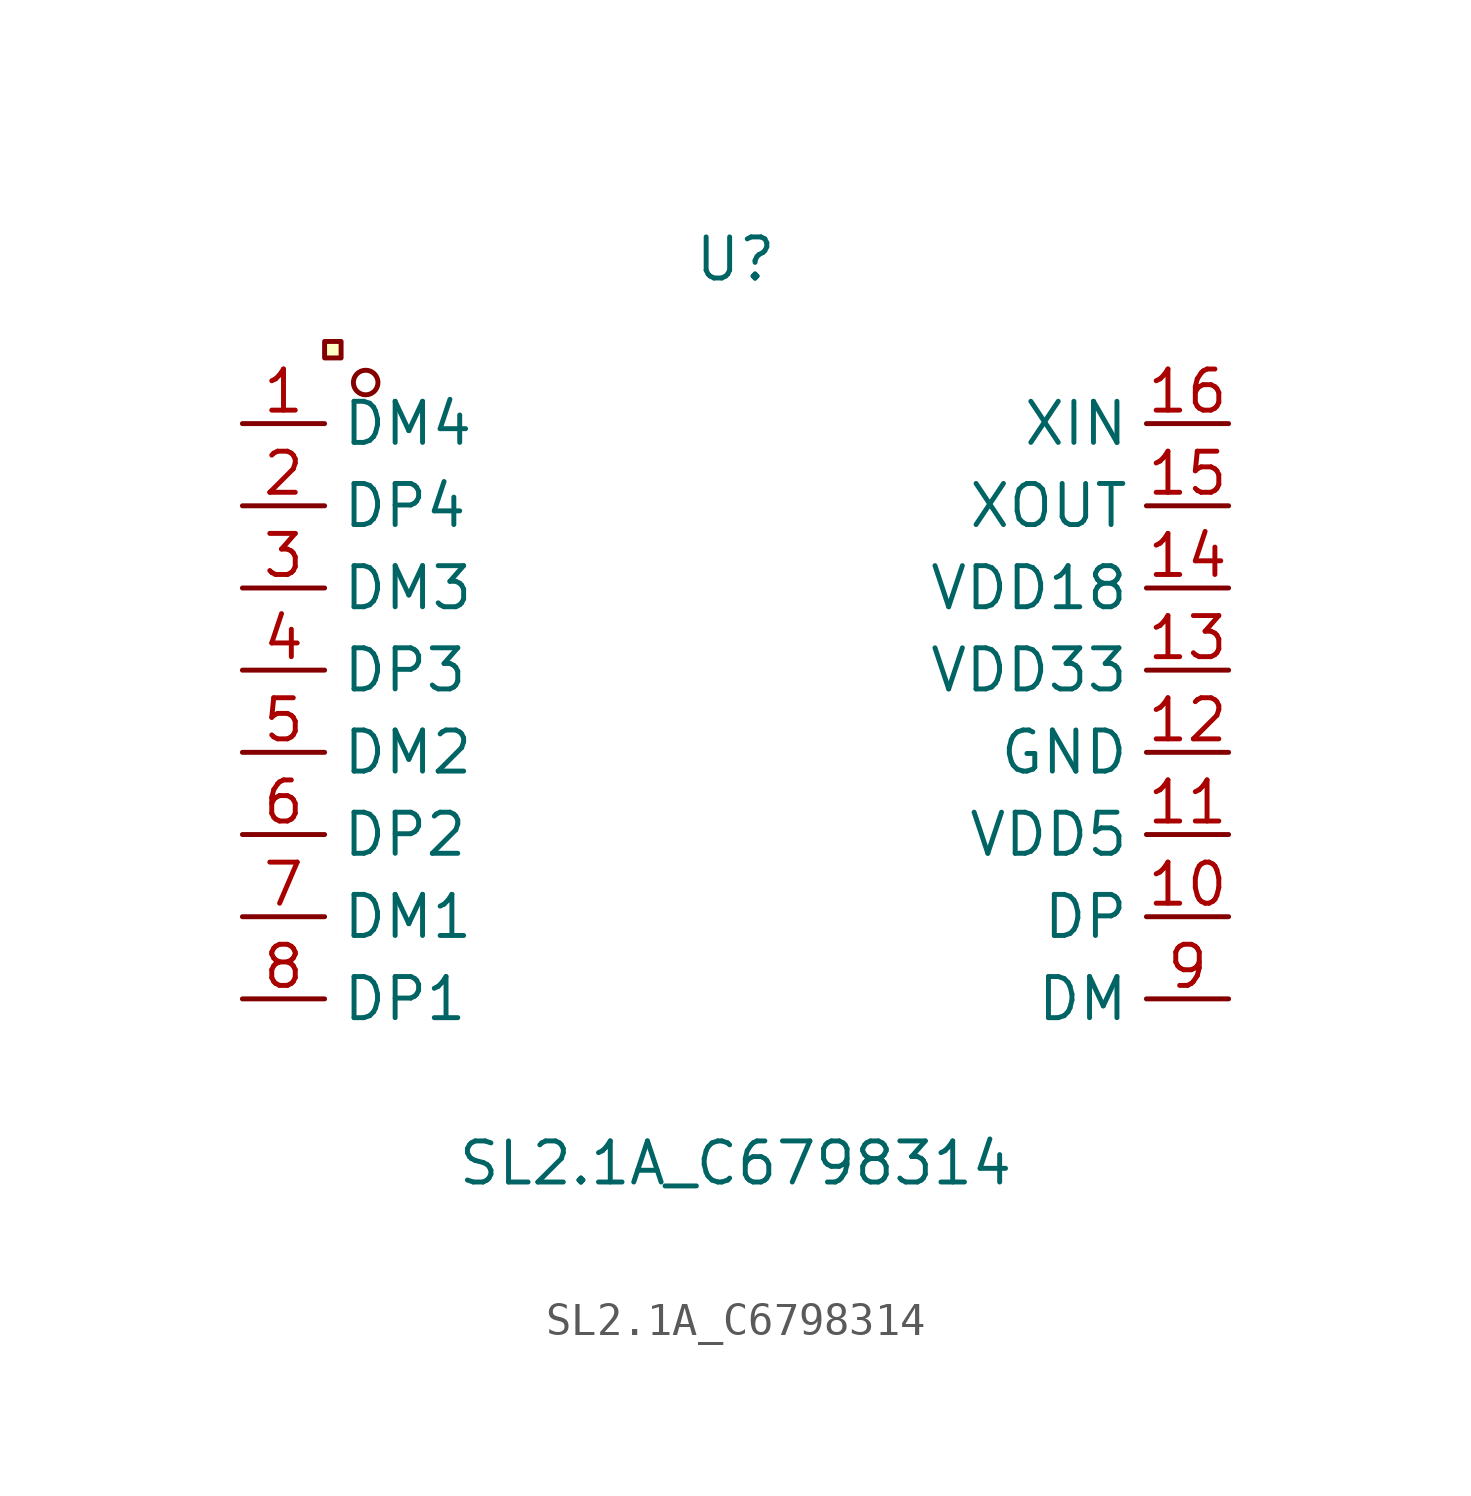
<source format=kicad_sym>
(kicad_symbol_lib
  (version 20241209)
  (generator "kicad_symbol_editor")
  (generator_version "9.0")
  (symbol "SL2.1A_C6798314"
    (property "Reference" "U"
      (at 0 15.24 0)
      (effects (font (size 1.27 1.27))))
    (property "Value" "SL2.1A_C6798314"
      (at 0 -12.7 0)
      (effects (font (size 1.27 1.27))))
    (symbol "SL2.1A_C6798314_0_1"
      (rectangle (start -12.7 12.7) (end -12.19 12.19) (stroke (width 0) (type default)) (fill (type background)))
      (circle (center -11.43 11.43) (radius 0.38) (stroke (width 0) (type default)) (fill (type none)))
      (pin unspecified line (at -15.24 10.16 0) (length 2.54) (name "DM4" (effects (font (size 1.27 1.27)))) (number "1" (effects (font (size 1.27 1.27)))))
      (pin unspecified line (at -15.24 7.62 0) (length 2.54) (name "DP4" (effects (font (size 1.27 1.27)))) (number "2" (effects (font (size 1.27 1.27)))))
      (pin unspecified line (at -15.24 5.08 0) (length 2.54) (name "DM3" (effects (font (size 1.27 1.27)))) (number "3" (effects (font (size 1.27 1.27)))))
      (pin unspecified line (at -15.24 2.54 0) (length 2.54) (name "DP3" (effects (font (size 1.27 1.27)))) (number "4" (effects (font (size 1.27 1.27)))))
      (pin unspecified line (at -15.24 0 0) (length 2.54) (name "DM2" (effects (font (size 1.27 1.27)))) (number "5" (effects (font (size 1.27 1.27)))))
      (pin unspecified line (at -15.24 -2.54 0) (length 2.54) (name "DP2" (effects (font (size 1.27 1.27)))) (number "6" (effects (font (size 1.27 1.27)))))
      (pin unspecified line (at -15.24 -5.08 0) (length 2.54) (name "DM1" (effects (font (size 1.27 1.27)))) (number "7" (effects (font (size 1.27 1.27)))))
      (pin unspecified line (at -15.24 -7.62 0) (length 2.54) (name "DP1" (effects (font (size 1.27 1.27)))) (number "8" (effects (font (size 1.27 1.27)))))
      (pin unspecified line (at 15.24 10.16 180) (length 2.54) (name "XIN" (effects (font (size 1.27 1.27)))) (number "16" (effects (font (size 1.27 1.27)))))
      (pin unspecified line (at 15.24 7.62 180) (length 2.54) (name "XOUT" (effects (font (size 1.27 1.27)))) (number "15" (effects (font (size 1.27 1.27)))))
      (pin unspecified line (at 15.24 5.08 180) (length 2.54) (name "VDD18" (effects (font (size 1.27 1.27)))) (number "14" (effects (font (size 1.27 1.27)))))
      (pin unspecified line (at 15.24 2.54 180) (length 2.54) (name "VDD33" (effects (font (size 1.27 1.27)))) (number "13" (effects (font (size 1.27 1.27)))))
      (pin unspecified line (at 15.24 0 180) (length 2.54) (name "GND" (effects (font (size 1.27 1.27)))) (number "12" (effects (font (size 1.27 1.27)))))
      (pin unspecified line (at 15.24 -2.54 180) (length 2.54) (name "VDD5" (effects (font (size 1.27 1.27)))) (number "11" (effects (font (size 1.27 1.27)))))
      (pin unspecified line (at 15.24 -5.08 180) (length 2.54) (name "DP" (effects (font (size 1.27 1.27)))) (number "10" (effects (font (size 1.27 1.27)))))
      (pin unspecified line (at 15.24 -7.62 180) (length 2.54) (name "DM" (effects (font (size 1.27 1.27)))) (number "9" (effects (font (size 1.27 1.27))))))))
</source>
